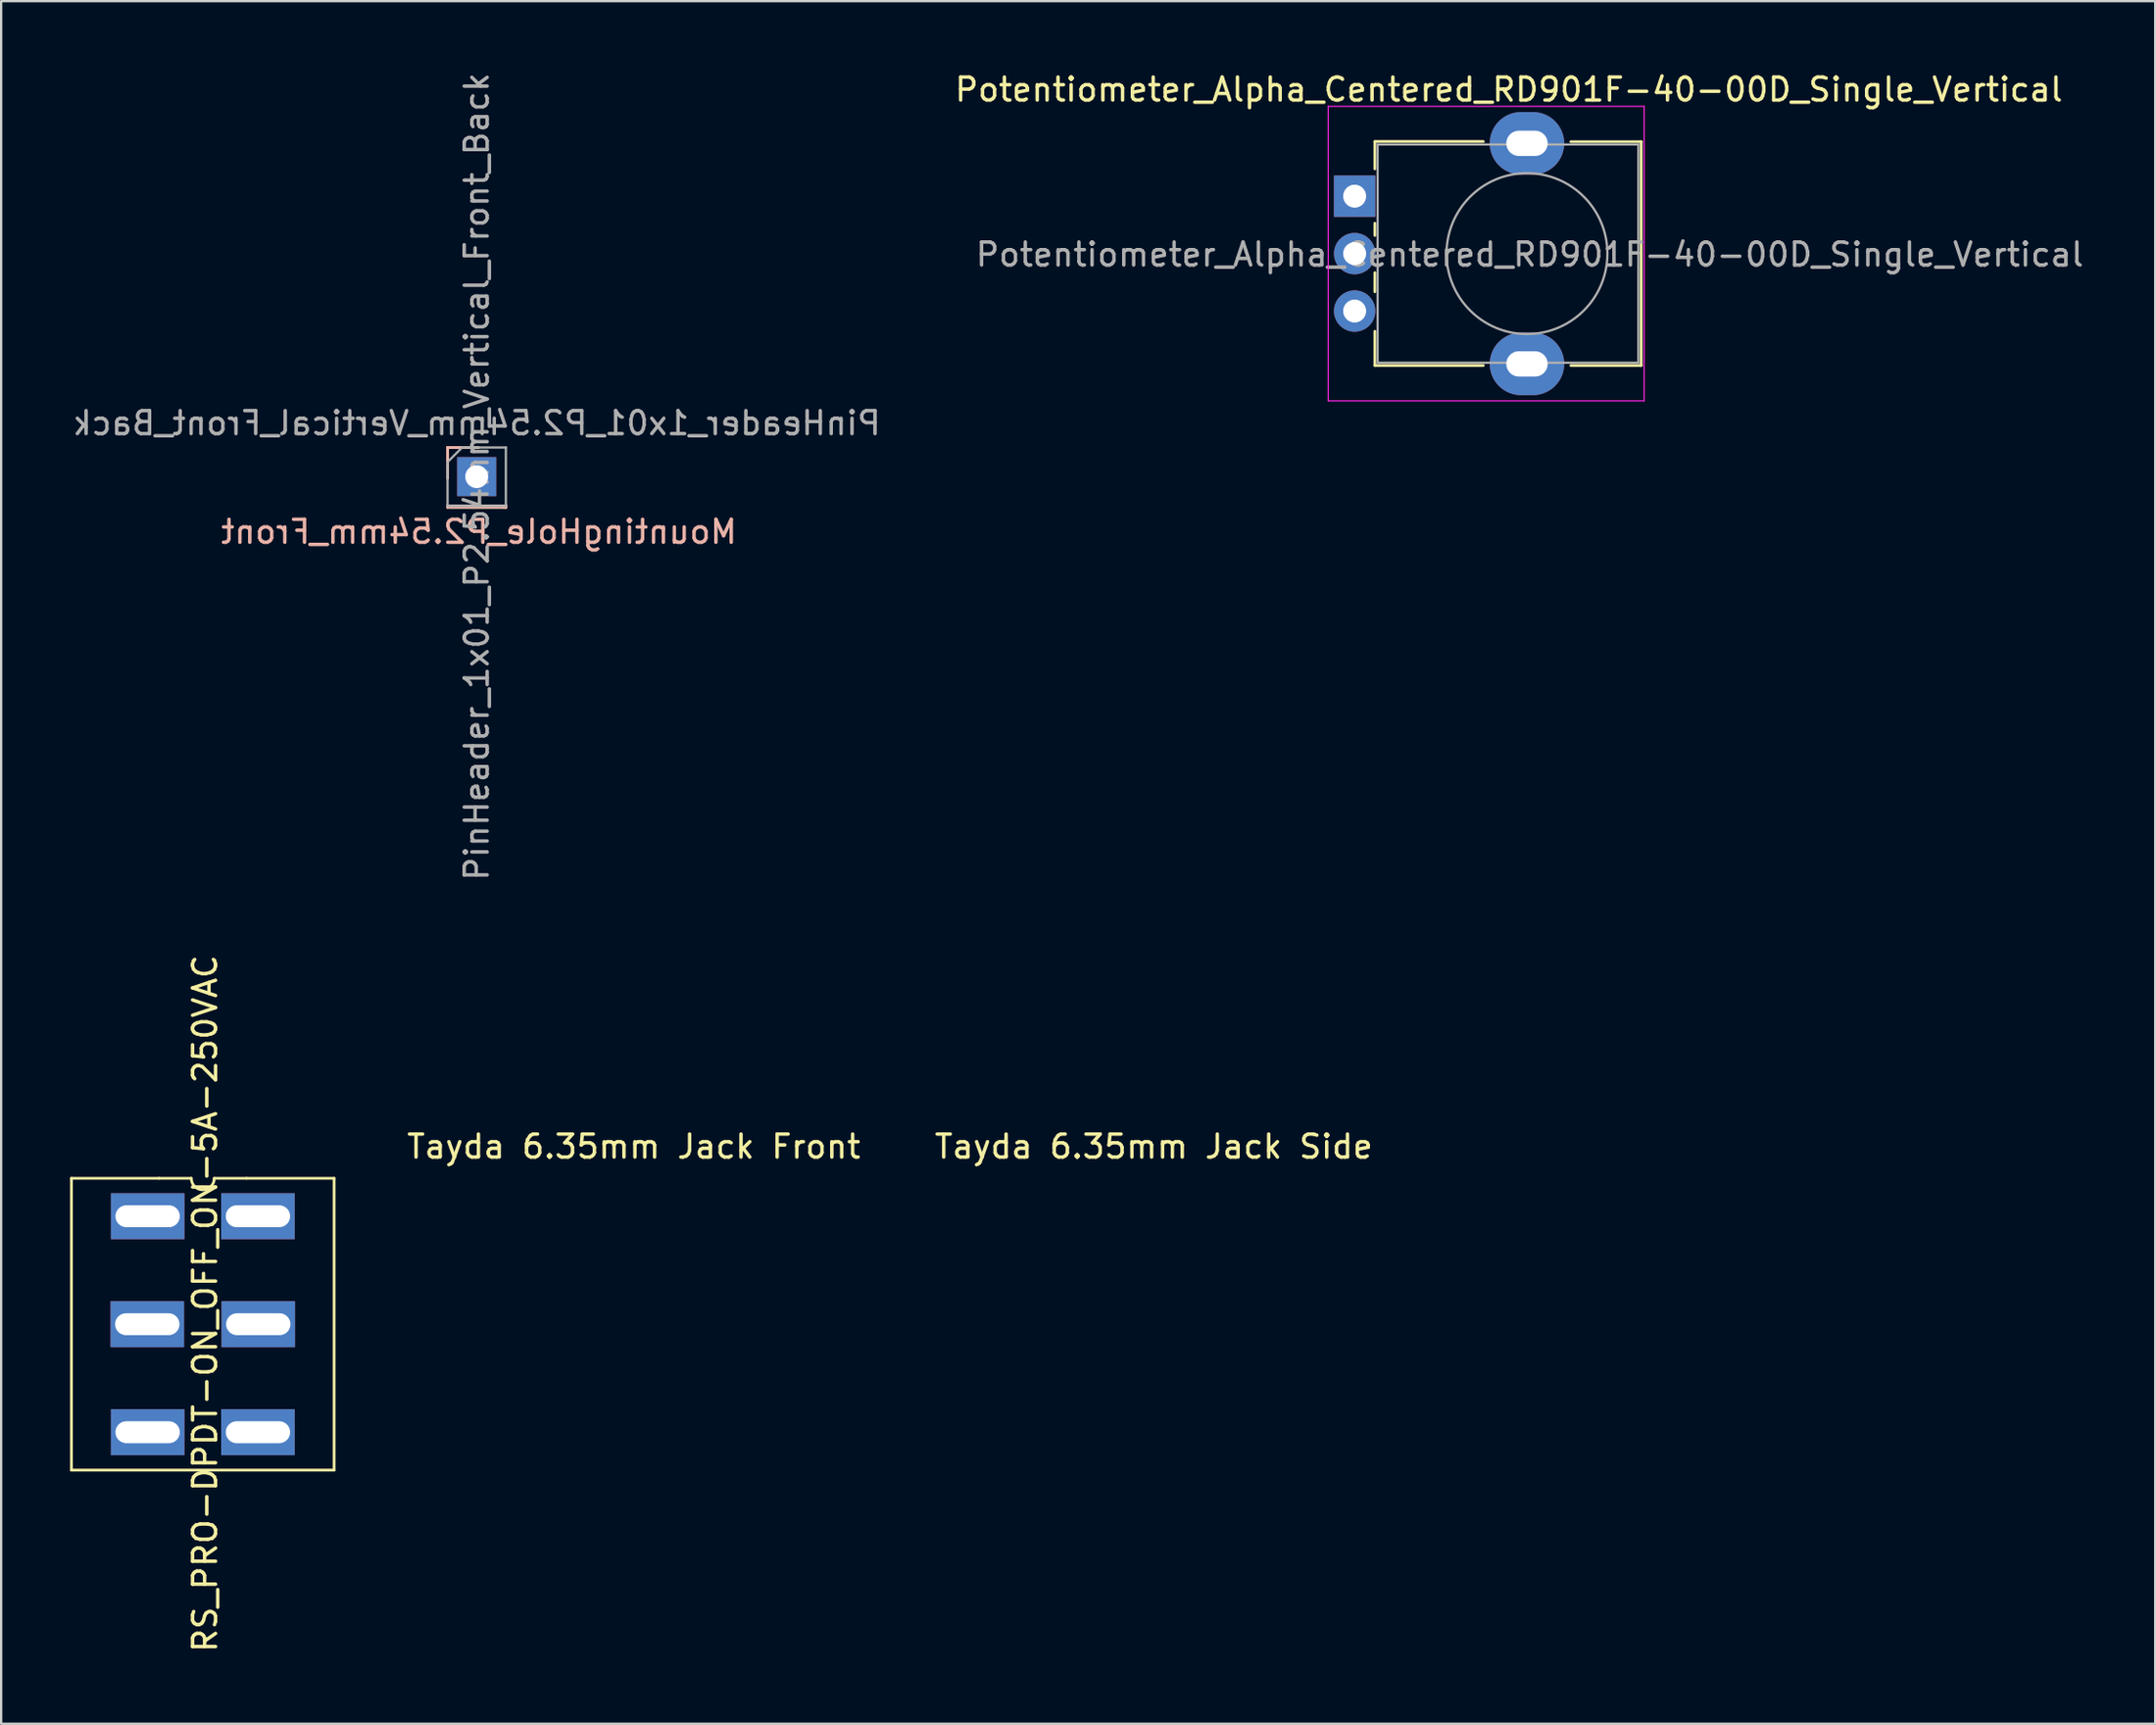
<source format=kicad_pcb>
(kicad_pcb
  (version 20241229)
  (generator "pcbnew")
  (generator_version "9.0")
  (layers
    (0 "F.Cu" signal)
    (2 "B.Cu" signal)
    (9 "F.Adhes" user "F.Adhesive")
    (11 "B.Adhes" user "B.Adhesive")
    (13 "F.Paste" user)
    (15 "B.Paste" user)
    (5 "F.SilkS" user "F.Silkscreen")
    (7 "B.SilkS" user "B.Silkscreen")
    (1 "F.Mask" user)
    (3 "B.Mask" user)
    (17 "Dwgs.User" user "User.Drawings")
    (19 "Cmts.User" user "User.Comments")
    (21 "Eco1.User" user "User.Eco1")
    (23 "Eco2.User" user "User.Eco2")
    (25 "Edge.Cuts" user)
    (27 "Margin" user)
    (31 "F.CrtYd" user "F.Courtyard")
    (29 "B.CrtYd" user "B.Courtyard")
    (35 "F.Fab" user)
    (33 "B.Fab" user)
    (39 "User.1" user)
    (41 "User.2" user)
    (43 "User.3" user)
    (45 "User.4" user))
  (footprint "Tayda 6.35mm Jack Side"
    (layer "F.Cu")
    (at 47.163 46.353)
    (property "Reference" "Tayda 6.35mm Jack Side" (at 0 0.5 0) (layer "F.SilkS") (effects (font (size 1 1) (thickness 0.15))))
    (attr through_hole)
    (fp_line (start -8.3 -4.1) (end -8.3 4.1) (stroke (width 0.12) (type solid)) (layer "Eco1.User"))
    (fp_line (start -8.3 4.1) (end 0 4.1) (stroke (width 0.12) (type solid)) (layer "Eco1.User"))
    (fp_line (start -7.5 4.1) (end -6 -4.1) (stroke (width 0.12) (type solid)) (layer "Eco1.User"))
    (fp_line (start -6 -4.1) (end -4.5 4.1) (stroke (width 0.12) (type solid)) (layer "Eco1.User"))
    (fp_line (start -4.5 4.1) (end -3.3 -4.1) (stroke (width 0.12) (type solid)) (layer "Eco1.User"))
    (fp_line (start -0.5 -5.5) (end 0 -5.5) (stroke (width 0.12) (type solid)) (layer "Eco1.User"))
    (fp_line (start -0.5 0) (end -0.5 -5.5) (stroke (width 0.12) (type solid)) (layer "Eco1.User"))
    (fp_line (start -0.5 5.5) (end -0.5 0) (stroke (width 0.12) (type solid)) (layer "Eco1.User"))
    (fp_line (start 0 -7.9) (end 19.8 -7.9) (stroke (width 0.12) (type solid)) (layer "Eco1.User"))
    (fp_line (start 0 -5.5) (end 0 5.5) (stroke (width 0.12) (type solid)) (layer "Eco1.User"))
    (fp_line (start 0 -4.1) (end -8.3 -4.1) (stroke (width 0.12) (type solid)) (layer "Eco1.User"))
    (fp_line (start 0 0) (end 0 -7.9) (stroke (width 0.12) (type solid)) (layer "Eco1.User"))
    (fp_line (start 0 0) (end 0 -4.1) (stroke (width 0.12) (type solid)) (layer "Eco1.User"))
    (fp_line (start 0 4.1) (end 0 0) (stroke (width 0.12) (type solid)) (layer "Eco1.User"))
    (fp_line (start 0 5.5) (end -0.5 5.5) (stroke (width 0.12) (type solid)) (layer "Eco1.User"))
    (fp_line (start 0 7.9) (end 0 0) (stroke (width 0.12) (type solid)) (layer "Eco1.User"))
    (fp_line (start 19.8 -7.9) (end 19.8 7.9) (stroke (width 0.12) (type solid)) (layer "Eco1.User"))
    (fp_line (start 19.8 -7) (end 26.6 -7) (stroke (width 0.12) (type solid)) (layer "Eco1.User"))
    (fp_line (start 19.8 -6) (end 19.8 -7) (stroke (width 0.12) (type solid)) (layer "Eco1.User"))
    (fp_line (start 19.8 -4.2) (end 26.6 -4.2) (stroke (width 0.12) (type solid)) (layer "Eco1.User"))
    (fp_line (start 19.8 -1.9) (end 19.8 -4.2) (stroke (width 0.12) (type solid)) (layer "Eco1.User"))
    (fp_line (start 19.8 0.1) (end 26.6 0.1) (stroke (width 0.12) (type solid)) (layer "Eco1.User"))
    (fp_line (start 19.8 2.4) (end 19.8 0.1) (stroke (width 0.12) (type solid)) (layer "Eco1.User"))
    (fp_line (start 19.8 5.1) (end 26.6 5.1) (stroke (width 0.12) (type solid)) (layer "Eco1.User"))
    (fp_line (start 19.8 7.4) (end 19.8 5.1) (stroke (width 0.12) (type solid)) (layer "Eco1.User"))
    (fp_line (start 19.8 7.9) (end 0 7.9) (stroke (width 0.12) (type solid)) (layer "Eco1.User"))
    (fp_line (start 26.6 -7) (end 26.6 -6) (stroke (width 0.12) (type solid)) (layer "Eco1.User"))
    (fp_line (start 26.6 -6) (end 19.8 -6) (stroke (width 0.12) (type solid)) (layer "Eco1.User"))
    (fp_line (start 26.6 -4.2) (end 26.6 -1.9) (stroke (width 0.12) (type solid)) (layer "Eco1.User"))
    (fp_line (start 26.6 -1.9) (end 19.8 -1.9) (stroke (width 0.12) (type solid)) (layer "Eco1.User"))
    (fp_line (start 26.6 0.1) (end 26.6 2.4) (stroke (width 0.12) (type solid)) (layer "Eco1.User"))
    (fp_line (start 26.6 2.4) (end 19.8 2.4) (stroke (width 0.12) (type solid)) (layer "Eco1.User"))
    (fp_line (start 26.6 5.1) (end 26.6 7.4) (stroke (width 0.12) (type solid)) (layer "Eco1.User"))
    (fp_line (start 26.6 7.4) (end 19.8 7.4) (stroke (width 0.12) (type solid)) (layer "Eco1.User")))
  (footprint "Tayda 6.35mm Jack Front"
    (layer "F.Cu")
    (at 24.532 46.353)
    (property "Reference" "Tayda 6.35mm Jack Front" (at 0 0.5 0) (layer "F.SilkS") (effects (font (size 1 1) (thickness 0.15))))
    (attr through_hole)
    (fp_line (start -7.9 -7.9) (end -7.9 3.7) (stroke (width 0.12) (type solid)) (layer "Eco1.User"))
    (fp_line (start -7.9 3.7) (end -3.7 7.9) (stroke (width 0.12) (type solid)) (layer "Eco1.User"))
    (fp_line (start -3.7 7.9) (end 7.9 7.9) (stroke (width 0.12) (type solid)) (layer "Eco1.User"))
    (fp_line (start 0 -7.9) (end -7.9 -7.9) (stroke (width 0.12) (type solid)) (layer "Eco1.User"))
    (fp_line (start 0 -2) (end 0 2) (stroke (width 0.12) (type solid)) (layer "Eco1.User"))
    (fp_line (start 0 0) (end -2 0) (stroke (width 0.12) (type solid)) (layer "Eco1.User"))
    (fp_line (start 0 0) (end 2 0) (stroke (width 0.12) (type solid)) (layer "Eco1.User"))
    (fp_line (start 7.9 -7.9) (end 0 -7.9) (stroke (width 0.12) (type solid)) (layer "Eco1.User"))
    (fp_line (start 7.9 7.9) (end 7.9 -7.9) (stroke (width 0.12) (type solid)) (layer "Eco1.User"))
    (fp_circle (center 0 0) (end -0.3 -4.1) (stroke (width 0.12) (type solid)) (fill no) (layer "Eco1.User")))
  (footprint "Potentiometer_Alpha_Centered_RD901F-40-00D_Single_Vertical"
    (layer "F.Cu")
    (at 63.403 7.988)
    (property "Reference" "Potentiometer_Alpha_Centered_RD901F-40-00D_Single_Vertical" (at -0.79 -7.14 180) (layer "F.SilkS") (effects (font (size 1 1) (thickness 0.15))))
    (attr through_hole)
    (fp_line (start -6.62 -4.88) (end -1.9 -4.88) (stroke (width 0.12) (type solid)) (layer "F.SilkS"))
    (fp_line (start -6.62 -3.69) (end -6.62 -4.87) (stroke (width 0.12) (type solid)) (layer "F.SilkS"))
    (fp_line (start -6.62 -0.79) (end -6.62 -1.32) (stroke (width 0.12) (type solid)) (layer "F.SilkS"))
    (fp_line (start -6.62 1.66) (end -6.62 0.83) (stroke (width 0.12) (type solid)) (layer "F.SilkS"))
    (fp_line (start -6.62 4.87) (end -6.62 3.38) (stroke (width 0.12) (type solid)) (layer "F.SilkS"))
    (fp_line (start -6.62 4.87) (end -1.9 4.87) (stroke (width 0.12) (type solid)) (layer "F.SilkS"))
    (fp_line (start 1.91 -4.87) (end 4.97 -4.87) (stroke (width 0.12) (type solid)) (layer "F.SilkS"))
    (fp_line (start 1.91 4.87) (end 4.97 4.87) (stroke (width 0.12) (type solid)) (layer "F.SilkS"))
    (fp_line (start 4.97 4.87) (end 4.97 -4.87) (stroke (width 0.12) (type solid)) (layer "F.SilkS"))
    (fp_line (start -8.65 -6.41) (end -8.65 6.41) (stroke (width 0.05) (type solid)) (layer "F.CrtYd"))
    (fp_line (start -8.65 6.41) (end 5.1 6.41) (stroke (width 0.05) (type solid)) (layer "F.CrtYd"))
    (fp_line (start 5.1 -6.41) (end -8.65 -6.41) (stroke (width 0.05) (type solid)) (layer "F.CrtYd"))
    (fp_line (start 5.1 6.41) (end 5.1 -6.41) (stroke (width 0.05) (type solid)) (layer "F.CrtYd"))
    (fp_line (start -6.5 -4.75) (end 4.85 -4.75) (stroke (width 0.1) (type solid)) (layer "F.Fab"))
    (fp_line (start -6.5 4.75) (end -6.5 -4.75) (stroke (width 0.1) (type solid)) (layer "F.Fab"))
    (fp_line (start -6.5 4.75) (end 4.85 4.75) (stroke (width 0.1) (type solid)) (layer "F.Fab"))
    (fp_line (start 4.85 4.75) (end 4.85 -4.75) (stroke (width 0.1) (type solid)) (layer "F.Fab"))
    (fp_circle (center 0 0) (end 0 -3.5) (stroke (width 0.1) (type solid)) (fill no) (layer "F.Fab"))
    (fp_text user "${REFERENCE}" (at 0.12 0.04 0) (layer "F.Fab") (effects (font (size 1 1) (thickness 0.15))))
    (pad "" thru_hole oval (at 0 -4.8 90) (size 2.72 3.24) (drill oval 1.1 1.8) (layers "*.Cu" "*.Mask"))
    (pad "" thru_hole oval (at 0 4.8 90) (size 2.72 3.24) (drill oval 1.1 1.8) (layers "*.Cu" "*.Mask"))
    (pad "1" thru_hole rect (at -7.5 -2.5 90) (size 1.8 1.8) (drill 1) (layers "*.Cu" "*.Mask"))
    (pad "2" thru_hole circle (at -7.5 0 90) (size 1.8 1.8) (drill 1) (layers "*.Cu" "*.Mask"))
    (pad "3" thru_hole circle (at -7.5 2.5 90) (size 1.8 1.8) (drill 1) (layers "*.Cu" "*.Mask")))
  (footprint "PinHeader_1x01_P2.54mm_Vertical_Front_Back"
    (layer "F.Cu")
    (at 17.696 17.696)
    (property "Reference" "PinHeader_1x01_P2.54mm_Vertical_Front_Back" (at 0 -2.33 0) (layer "F.Fab") (effects (font (size 1 1) (thickness 0.15)) (justify mirror)))
    (property "Value" "MountingHole_P2.54mm_Front" (at 0 2.33 0) (layer "F.SilkS") (hide yes) (effects (font (size 1 1) (thickness 0.15))))
    (attr through_hole)
    (fp_line (start -1.27 1.27) (end -1.27 1.33) (stroke (width 0.12) (type solid)) (layer "F.SilkS"))
    (fp_line (start -1.27 1.27) (end 1.27 1.27) (stroke (width 0.12) (type solid)) (layer "F.SilkS"))
    (fp_line (start -1.27 1.33) (end 1.27 1.333) (stroke (width 0.12) (type solid)) (layer "F.SilkS"))
    (fp_line (start -1.266 -1.266) (end 0.064 -1.266) (stroke (width 0.12) (type solid)) (layer "F.SilkS"))
    (fp_line (start -1.266 0.064) (end -1.266 -1.266) (stroke (width 0.12) (type solid)) (layer "F.SilkS"))
    (fp_line (start 1.27 1.27) (end 1.27 1.333) (stroke (width 0.12) (type solid)) (layer "F.SilkS"))
    (fp_line (start -1.27 0.064) (end -1.27 -1.266) (stroke (width 0.12) (type solid)) (layer "B.SilkS"))
    (fp_line (start -1.27 1.27) (end -1.27 1.33) (stroke (width 0.12) (type solid)) (layer "B.SilkS"))
    (fp_line (start -1.27 1.27) (end 1.27 1.27) (stroke (width 0.12) (type solid)) (layer "B.SilkS"))
    (fp_line (start -1.27 1.33) (end 1.27 1.333) (stroke (width 0.12) (type solid)) (layer "B.SilkS"))
    (fp_line (start -1.266 -1.266) (end 0.064 -1.266) (stroke (width 0.12) (type solid)) (layer "B.SilkS"))
    (fp_line (start 1.27 1.27) (end 1.27 1.333) (stroke (width 0.12) (type solid)) (layer "B.SilkS"))
    (fp_line (start -1.27 -0.635) (end -0.635 -1.27) (stroke (width 0.1) (type solid)) (layer "F.Fab"))
    (fp_line (start -1.27 1.27) (end -1.27 -0.635) (stroke (width 0.1) (type solid)) (layer "F.Fab"))
    (fp_line (start -0.635 -1.27) (end 1.27 -1.27) (stroke (width 0.1) (type solid)) (layer "F.Fab"))
    (fp_line (start 1.27 -1.27) (end 1.27 1.27) (stroke (width 0.1) (type solid)) (layer "F.Fab"))
    (fp_line (start 1.27 1.27) (end -1.27 1.27) (stroke (width 0.1) (type solid)) (layer "F.Fab"))
    (fp_text user "${VALUE}" (at 0.1 2.4 0) (layer "B.SilkS") (effects (font (size 1 1) (thickness 0.15)) (justify mirror)))
    (fp_text user "${REFERENCE}" (at 0 0 90) (layer "F.Fab") (effects (font (size 1 1) (thickness 0.15))))
    (pad "1" thru_hole rect (at 0 0) (size 1.7 1.7) (drill 1) (layers "*.Cu" "*.Mask")))
  (footprint "RS_PRO-DPDT-ON_OFF_ON-5A-250VAC"
    (layer "F.Cu")
    (at 5.775 54.585)
    (property "Reference" "RS_PRO-DPDT-ON_OFF_ON-5A-250VAC" (at 0.1 -0.9 270) (layer "F.SilkS") (effects (font (size 1 1) (thickness 0.15))))
    (attr through_hole)
    (fp_line (start -5.715 -6.35) (end -1.905 -6.35) (stroke (width 0.12) (type solid)) (layer "F.SilkS"))
    (fp_line (start -5.715 6.35) (end -5.715 -6.35) (stroke (width 0.12) (type solid)) (layer "F.SilkS"))
    (fp_line (start -1.905 -6.35) (end -0.5 -6.35) (stroke (width 0.12) (type solid)) (layer "F.SilkS"))
    (fp_line (start 1.9 -6.35) (end 0.5 -6.35) (stroke (width 0.12) (type solid)) (layer "F.SilkS"))
    (fp_line (start 1.905 -6.35) (end 5.715 -6.35) (stroke (width 0.12) (type solid)) (layer "F.SilkS"))
    (fp_line (start 5.715 -6.35) (end 5.715 6.35) (stroke (width 0.12) (type solid)) (layer "F.SilkS"))
    (fp_line (start 5.715 6.35) (end -5.715 6.35) (stroke (width 0.12) (type solid)) (layer "F.SilkS"))
    (fp_arc (start 0.5 -6.35) (mid 0 -5.85) (end -0.5 -6.35) (stroke (width 0.12) (type solid)) (layer "F.SilkS"))
    (pad "1" thru_hole rect (at 2.4 4.7) (size 3.2 2) (drill oval 2.8 0.953) (layers "*.Cu" "*.Mask"))
    (pad "2" thru_hole rect (at 2.415 0) (size 3.2 2) (drill oval 2.8 0.953) (layers "*.Cu" "*.Mask"))
    (pad "3" thru_hole rect (at 2.4 -4.7) (size 3.2 2) (drill oval 2.8 0.953) (layers "*.Cu" "*.Mask"))
    (pad "4" thru_hole rect (at -2.4 4.7) (size 3.2 2) (drill oval 2.8 0.953) (layers "*.Cu" "*.Mask"))
    (pad "5" thru_hole rect (at -2.415 0) (size 3.2 2) (drill oval 2.8 0.953) (layers "*.Cu" "*.Mask"))
    (pad "6" thru_hole rect (at -2.4 -4.7) (size 3.2 2) (drill oval 2.8 0.953) (layers "*.Cu" "*.Mask")))
  (gr_rect
    (start -3 -3)
    (end 90.743 71.976)
    (stroke (width 0.1) (type default))
    (fill no)
    (layer "Edge.Cuts")))
</source>
